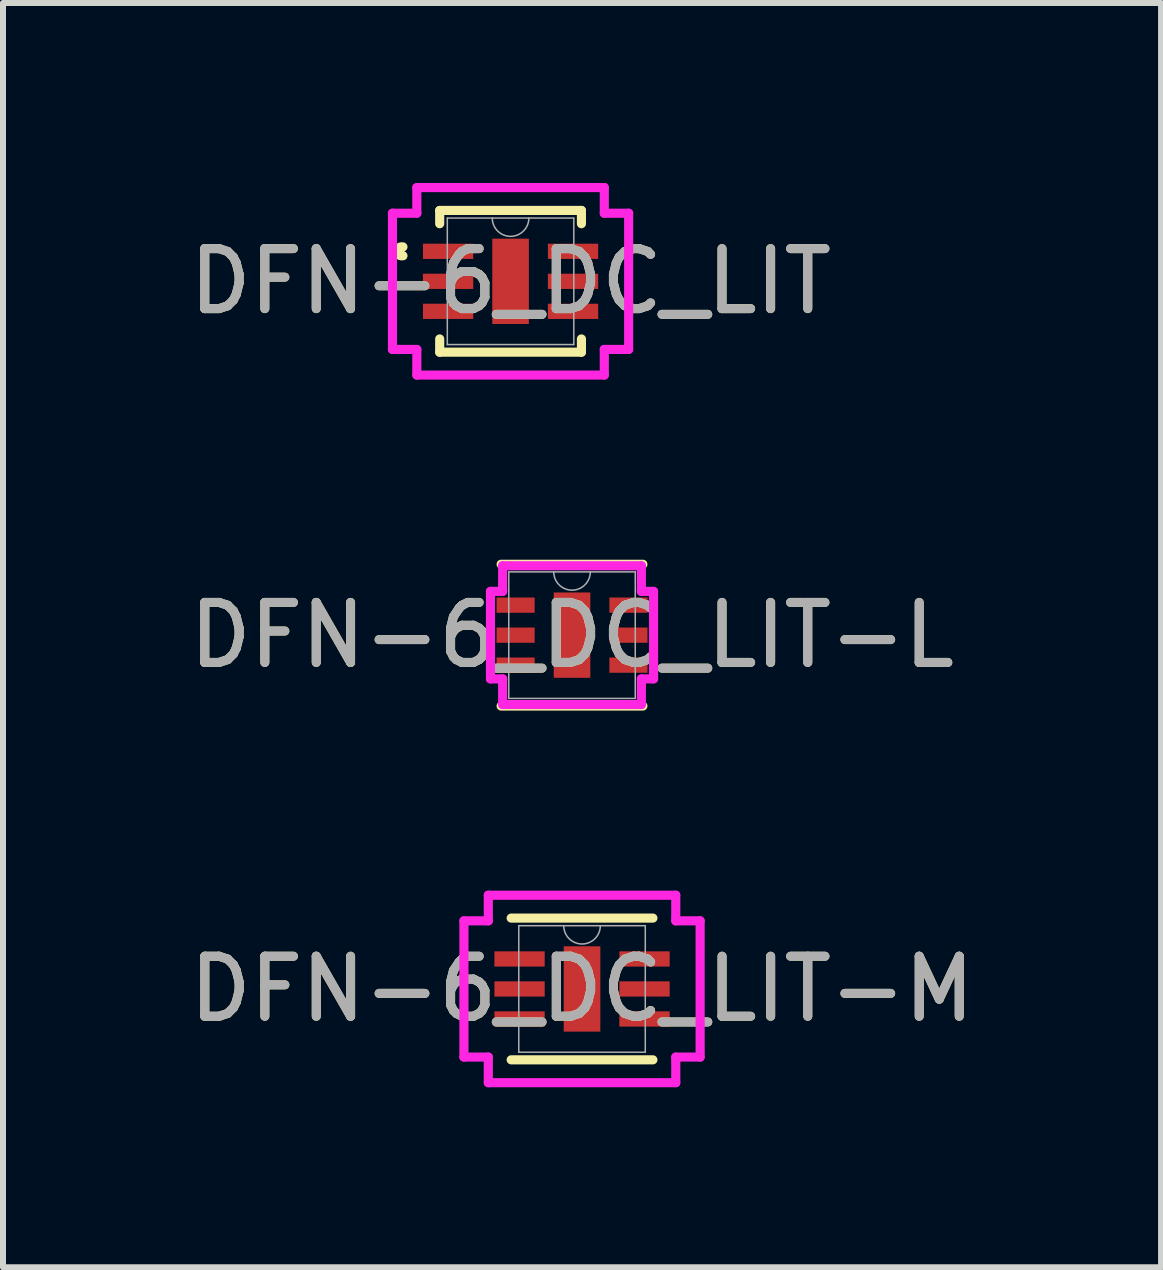
<source format=kicad_pcb>
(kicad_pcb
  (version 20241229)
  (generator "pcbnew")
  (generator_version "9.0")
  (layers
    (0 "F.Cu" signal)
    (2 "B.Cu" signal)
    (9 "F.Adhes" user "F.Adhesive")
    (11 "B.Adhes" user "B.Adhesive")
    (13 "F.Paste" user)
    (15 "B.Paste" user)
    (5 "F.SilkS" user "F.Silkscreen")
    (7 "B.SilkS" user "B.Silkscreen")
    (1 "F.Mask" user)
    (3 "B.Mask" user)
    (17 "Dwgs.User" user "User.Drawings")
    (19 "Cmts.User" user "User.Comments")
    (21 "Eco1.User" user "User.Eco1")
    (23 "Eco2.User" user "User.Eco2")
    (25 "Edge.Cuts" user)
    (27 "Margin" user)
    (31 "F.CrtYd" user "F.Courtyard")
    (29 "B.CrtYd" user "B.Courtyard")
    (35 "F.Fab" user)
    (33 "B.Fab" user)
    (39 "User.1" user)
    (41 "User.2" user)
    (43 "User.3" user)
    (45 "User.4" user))
  (footprint "DFN-6_DC_LIT"
    (layer "F.Cu")
    (at 5.458 1.638)
    (property "Reference" "DFN-6_DC_LIT" (at 0 0 0) (unlocked yes) (layer "F.SilkS") (effects (font (size 1 1) (thickness 0.15))))
    (attr smd)
    (fp_line (start -1.181 -1.181) (end -1.181 -0.96) (stroke (width 0.152) (type solid)) (layer "F.SilkS"))
    (fp_line (start -1.181 0.96) (end -1.181 1.181) (stroke (width 0.152) (type solid)) (layer "F.SilkS"))
    (fp_line (start -1.181 1.181) (end 1.181 1.181) (stroke (width 0.152) (type solid)) (layer "F.SilkS"))
    (fp_line (start 1.181 -1.181) (end -1.181 -1.181) (stroke (width 0.152) (type solid)) (layer "F.SilkS"))
    (fp_line (start 1.181 -0.96) (end 1.181 -1.181) (stroke (width 0.152) (type solid)) (layer "F.SilkS"))
    (fp_line (start 1.181 1.181) (end 1.181 0.96) (stroke (width 0.152) (type solid)) (layer "F.SilkS"))
    (fp_arc (start -1.79324 -0.426171) (mid -1.8883 -0.5) (end -1.79324 -0.573829) (stroke (width 0.1524) (type solid)) (layer "F.SilkS"))
    (fp_line (start -1.968 -1.135) (end -1.562 -1.135) (stroke (width 0.152) (type solid)) (layer "F.CrtYd"))
    (fp_line (start -1.968 1.135) (end -1.968 -1.135) (stroke (width 0.152) (type solid)) (layer "F.CrtYd"))
    (fp_line (start -1.968 1.135) (end -1.562 1.135) (stroke (width 0.152) (type solid)) (layer "F.CrtYd"))
    (fp_line (start -1.562 -1.562) (end 1.562 -1.562) (stroke (width 0.152) (type solid)) (layer "F.CrtYd"))
    (fp_line (start -1.562 -1.135) (end -1.562 -1.562) (stroke (width 0.152) (type solid)) (layer "F.CrtYd"))
    (fp_line (start -1.562 1.562) (end -1.562 1.135) (stroke (width 0.152) (type solid)) (layer "F.CrtYd"))
    (fp_line (start 1.562 -1.562) (end 1.562 -1.135) (stroke (width 0.152) (type solid)) (layer "F.CrtYd"))
    (fp_line (start 1.562 1.135) (end 1.562 1.562) (stroke (width 0.152) (type solid)) (layer "F.CrtYd"))
    (fp_line (start 1.562 1.562) (end -1.562 1.562) (stroke (width 0.152) (type solid)) (layer "F.CrtYd"))
    (fp_line (start 1.968 -1.135) (end 1.562 -1.135) (stroke (width 0.152) (type solid)) (layer "F.CrtYd"))
    (fp_line (start 1.968 -1.135) (end 1.968 1.135) (stroke (width 0.152) (type solid)) (layer "F.CrtYd"))
    (fp_line (start 1.968 1.135) (end 1.562 1.135) (stroke (width 0.152) (type solid)) (layer "F.CrtYd"))
    (fp_line (start -1.054 -1.054) (end -1.054 1.054) (stroke (width 0.025) (type solid)) (layer "F.Fab"))
    (fp_line (start -1.054 1.054) (end 1.054 1.054) (stroke (width 0.025) (type solid)) (layer "F.Fab"))
    (fp_line (start 1.054 -1.054) (end -1.054 -1.054) (stroke (width 0.025) (type solid)) (layer "F.Fab"))
    (fp_line (start 1.054 1.054) (end 1.054 -1.054) (stroke (width 0.025) (type solid)) (layer "F.Fab"))
    (fp_arc (start 0.3048 -1.0541) (mid 0 -0.7493) (end -0.3048 -1.0541) (stroke (width 0.0254) (type solid)) (layer "F.Fab"))
    (fp_text user "${REFERENCE}" (at 0 0 0) (unlocked yes) (layer "F.Fab") (effects (font (size 1 1) (thickness 0.15))))
    (pad "1" smd rect (at -1.041 -0.5) (size 0.838 0.254) (layers "F.Cu" "F.Mask" "F.Paste"))
    (pad "2" smd rect (at -1.041 0) (size 0.838 0.254) (layers "F.Cu" "F.Mask" "F.Paste"))
    (pad "3" smd rect (at -1.041 0.5) (size 0.838 0.254) (layers "F.Cu" "F.Mask" "F.Paste"))
    (pad "4" smd rect (at 1.041 0.5) (size 0.838 0.254) (layers "F.Cu" "F.Mask" "F.Paste"))
    (pad "5" smd rect (at 1.041 0) (size 0.838 0.254) (layers "F.Cu" "F.Mask" "F.Paste"))
    (pad "6" smd rect (at 1.041 -0.5) (size 0.838 0.254) (layers "F.Cu" "F.Mask" "F.Paste"))
    (pad "7" smd rect (at 0 0) (size 0.61 1.422) (layers "F.Cu" "F.Mask" "F.Paste")))
  (footprint "DFN-6_DC_LIT-L"
    (layer "F.Cu")
    (at 6.482 7.534)
    (property "Reference" "DFN-6_DC_LIT-L" (at 0 0 0) (unlocked yes) (layer "F.SilkS") (effects (font (size 1 1) (thickness 0.15))))
    (attr smd)
    (fp_line (start -1.181 1.181) (end 1.181 1.181) (stroke (width 0.152) (type solid)) (layer "F.SilkS"))
    (fp_line (start 1.181 -1.181) (end -1.181 -1.181) (stroke (width 0.152) (type solid)) (layer "F.SilkS"))
    (fp_line (start -1.359 -0.729) (end -1.156 -0.729) (stroke (width 0.152) (type solid)) (layer "F.CrtYd"))
    (fp_line (start -1.359 0.729) (end -1.359 -0.729) (stroke (width 0.152) (type solid)) (layer "F.CrtYd"))
    (fp_line (start -1.359 0.729) (end -1.156 0.729) (stroke (width 0.152) (type solid)) (layer "F.CrtYd"))
    (fp_line (start -1.156 -1.156) (end 1.156 -1.156) (stroke (width 0.152) (type solid)) (layer "F.CrtYd"))
    (fp_line (start -1.156 -0.729) (end -1.156 -1.156) (stroke (width 0.152) (type solid)) (layer "F.CrtYd"))
    (fp_line (start -1.156 1.156) (end -1.156 0.729) (stroke (width 0.152) (type solid)) (layer "F.CrtYd"))
    (fp_line (start 1.156 -1.156) (end 1.156 -0.729) (stroke (width 0.152) (type solid)) (layer "F.CrtYd"))
    (fp_line (start 1.156 0.729) (end 1.156 1.156) (stroke (width 0.152) (type solid)) (layer "F.CrtYd"))
    (fp_line (start 1.156 1.156) (end -1.156 1.156) (stroke (width 0.152) (type solid)) (layer "F.CrtYd"))
    (fp_line (start 1.359 -0.729) (end 1.156 -0.729) (stroke (width 0.152) (type solid)) (layer "F.CrtYd"))
    (fp_line (start 1.359 -0.729) (end 1.359 0.729) (stroke (width 0.152) (type solid)) (layer "F.CrtYd"))
    (fp_line (start 1.359 0.729) (end 1.156 0.729) (stroke (width 0.152) (type solid)) (layer "F.CrtYd"))
    (fp_line (start -1.054 -1.054) (end -1.054 1.054) (stroke (width 0.025) (type solid)) (layer "F.Fab"))
    (fp_line (start -1.054 1.054) (end 1.054 1.054) (stroke (width 0.025) (type solid)) (layer "F.Fab"))
    (fp_line (start 1.054 -1.054) (end -1.054 -1.054) (stroke (width 0.025) (type solid)) (layer "F.Fab"))
    (fp_line (start 1.054 1.054) (end 1.054 -1.054) (stroke (width 0.025) (type solid)) (layer "F.Fab"))
    (fp_arc (start 0.3048 -1.0541) (mid 0 -0.7493) (end -0.3048 -1.0541) (stroke (width 0.0254) (type solid)) (layer "F.Fab"))
    (fp_text user "${REFERENCE}" (at 0 0 0) (unlocked yes) (layer "F.Fab") (effects (font (size 1 1) (thickness 0.15))))
    (pad "1" smd rect (at -0.94 -0.5) (size 0.635 0.254) (layers "F.Cu" "F.Mask" "F.Paste"))
    (pad "2" smd rect (at -0.94 0) (size 0.635 0.254) (layers "F.Cu" "F.Mask" "F.Paste"))
    (pad "3" smd rect (at -0.94 0.5) (size 0.635 0.254) (layers "F.Cu" "F.Mask" "F.Paste"))
    (pad "4" smd rect (at 0.94 0.5) (size 0.635 0.254) (layers "F.Cu" "F.Mask" "F.Paste"))
    (pad "5" smd rect (at 0.94 0) (size 0.635 0.254) (layers "F.Cu" "F.Mask" "F.Paste"))
    (pad "6" smd rect (at 0.94 -0.5) (size 0.635 0.254) (layers "F.Cu" "F.Mask" "F.Paste"))
    (pad "7" smd rect (at 0 0) (size 0.61 1.422) (layers "F.Cu" "F.Mask" "F.Paste")))
  (footprint "DFN-6_DC_LIT-M"
    (layer "F.Cu")
    (at 6.649 13.43)
    (property "Reference" "DFN-6_DC_LIT-M" (at 0 0 0) (unlocked yes) (layer "F.SilkS") (effects (font (size 1 1) (thickness 0.15))))
    (attr smd)
    (fp_line (start -1.181 1.181) (end 1.181 1.181) (stroke (width 0.152) (type solid)) (layer "F.SilkS"))
    (fp_line (start 1.181 -1.181) (end -1.181 -1.181) (stroke (width 0.152) (type solid)) (layer "F.SilkS"))
    (fp_line (start -1.968 -1.135) (end -1.562 -1.135) (stroke (width 0.152) (type solid)) (layer "F.CrtYd"))
    (fp_line (start -1.968 1.135) (end -1.968 -1.135) (stroke (width 0.152) (type solid)) (layer "F.CrtYd"))
    (fp_line (start -1.968 1.135) (end -1.562 1.135) (stroke (width 0.152) (type solid)) (layer "F.CrtYd"))
    (fp_line (start -1.562 -1.562) (end 1.562 -1.562) (stroke (width 0.152) (type solid)) (layer "F.CrtYd"))
    (fp_line (start -1.562 -1.135) (end -1.562 -1.562) (stroke (width 0.152) (type solid)) (layer "F.CrtYd"))
    (fp_line (start -1.562 1.562) (end -1.562 1.135) (stroke (width 0.152) (type solid)) (layer "F.CrtYd"))
    (fp_line (start 1.562 -1.562) (end 1.562 -1.135) (stroke (width 0.152) (type solid)) (layer "F.CrtYd"))
    (fp_line (start 1.562 1.135) (end 1.562 1.562) (stroke (width 0.152) (type solid)) (layer "F.CrtYd"))
    (fp_line (start 1.562 1.562) (end -1.562 1.562) (stroke (width 0.152) (type solid)) (layer "F.CrtYd"))
    (fp_line (start 1.968 -1.135) (end 1.562 -1.135) (stroke (width 0.152) (type solid)) (layer "F.CrtYd"))
    (fp_line (start 1.968 -1.135) (end 1.968 1.135) (stroke (width 0.152) (type solid)) (layer "F.CrtYd"))
    (fp_line (start 1.968 1.135) (end 1.562 1.135) (stroke (width 0.152) (type solid)) (layer "F.CrtYd"))
    (fp_line (start -1.054 -1.054) (end -1.054 1.054) (stroke (width 0.025) (type solid)) (layer "F.Fab"))
    (fp_line (start -1.054 1.054) (end 1.054 1.054) (stroke (width 0.025) (type solid)) (layer "F.Fab"))
    (fp_line (start 1.054 -1.054) (end -1.054 -1.054) (stroke (width 0.025) (type solid)) (layer "F.Fab"))
    (fp_line (start 1.054 1.054) (end 1.054 -1.054) (stroke (width 0.025) (type solid)) (layer "F.Fab"))
    (fp_arc (start 0.3048 -1.0541) (mid 0 -0.7493) (end -0.3048 -1.0541) (stroke (width 0.0254) (type solid)) (layer "F.Fab"))
    (fp_text user "${REFERENCE}" (at 0 0 0) (unlocked yes) (layer "F.Fab") (effects (font (size 1 1) (thickness 0.15))))
    (pad "1" smd rect (at -1.041 -0.5) (size 0.838 0.254) (layers "F.Cu" "F.Mask" "F.Paste"))
    (pad "2" smd rect (at -1.041 0) (size 0.838 0.254) (layers "F.Cu" "F.Mask" "F.Paste"))
    (pad "3" smd rect (at -1.041 0.5) (size 0.838 0.254) (layers "F.Cu" "F.Mask" "F.Paste"))
    (pad "4" smd rect (at 1.041 0.5) (size 0.838 0.254) (layers "F.Cu" "F.Mask" "F.Paste"))
    (pad "5" smd rect (at 1.041 0) (size 0.838 0.254) (layers "F.Cu" "F.Mask" "F.Paste"))
    (pad "6" smd rect (at 1.041 -0.5) (size 0.838 0.254) (layers "F.Cu" "F.Mask" "F.Paste"))
    (pad "7" smd rect (at 0 0) (size 0.61 1.422) (layers "F.Cu" "F.Mask" "F.Paste")))
  (gr_rect
    (start -3 -3)
    (end 16.298 18.068)
    (stroke (width 0.1) (type default))
    (fill no)
    (layer "Edge.Cuts")))
</source>
